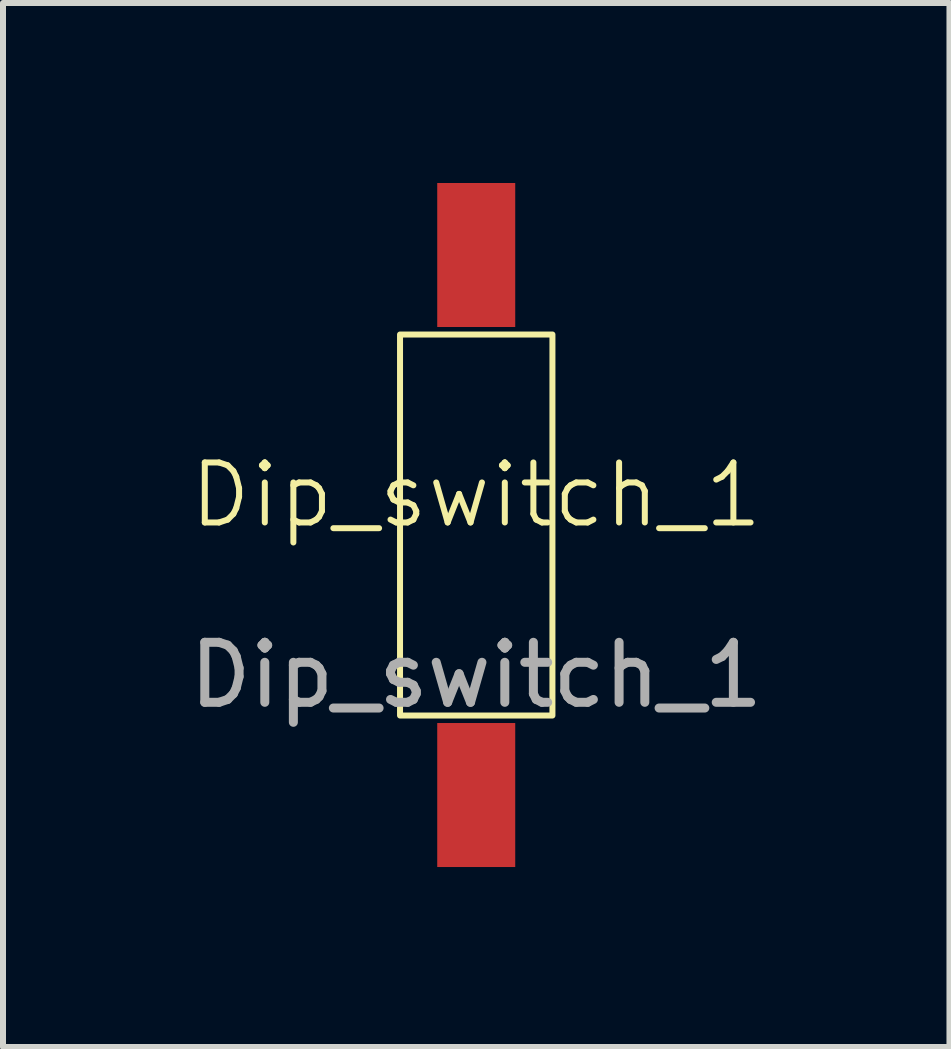
<source format=kicad_pcb>
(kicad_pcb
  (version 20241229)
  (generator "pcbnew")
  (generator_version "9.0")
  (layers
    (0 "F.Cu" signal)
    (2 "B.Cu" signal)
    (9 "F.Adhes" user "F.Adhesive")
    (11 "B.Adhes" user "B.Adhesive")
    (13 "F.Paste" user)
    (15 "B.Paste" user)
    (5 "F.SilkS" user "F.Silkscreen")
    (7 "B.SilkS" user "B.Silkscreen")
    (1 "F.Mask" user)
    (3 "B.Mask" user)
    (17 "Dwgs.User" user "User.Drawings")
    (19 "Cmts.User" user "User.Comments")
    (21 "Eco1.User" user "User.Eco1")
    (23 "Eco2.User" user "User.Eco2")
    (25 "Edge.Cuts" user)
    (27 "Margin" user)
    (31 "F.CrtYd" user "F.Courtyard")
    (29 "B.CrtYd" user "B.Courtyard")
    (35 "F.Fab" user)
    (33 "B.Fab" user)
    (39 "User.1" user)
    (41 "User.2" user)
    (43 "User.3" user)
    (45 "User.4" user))
  (footprint "Dip_switch_1"
    (layer "F.Cu")
    (at 4.887 5.7)
    (property "Reference" "Dip_switch_1" (at 0 -0.5 0) (unlocked yes) (layer "F.SilkS") (effects (font (size 1 1) (thickness 0.1))))
    (attr smd)
    (fp_rect (start -1.27 -3.175) (end 1.27 3.175) (stroke (width 0.1) (type solid)) (fill no) (layer "F.SilkS"))
    (fp_text user "${REFERENCE}" (at 0 2.5 0) (unlocked yes) (layer "F.Fab") (effects (font (size 1 1) (thickness 0.15))))
    (pad "1" smd rect (at 0 -4.5 90) (size 2.4 1.3) (layers "F.Cu" "F.Mask" "F.Paste"))
    (pad "2" smd rect (at 0 4.5 90) (size 2.4 1.3) (layers "F.Cu" "F.Mask" "F.Paste")))
  (gr_rect
    (start -3 -3)
    (end 12.774 14.4)
    (stroke (width 0.1) (type default))
    (fill no)
    (layer "Edge.Cuts")))
</source>
